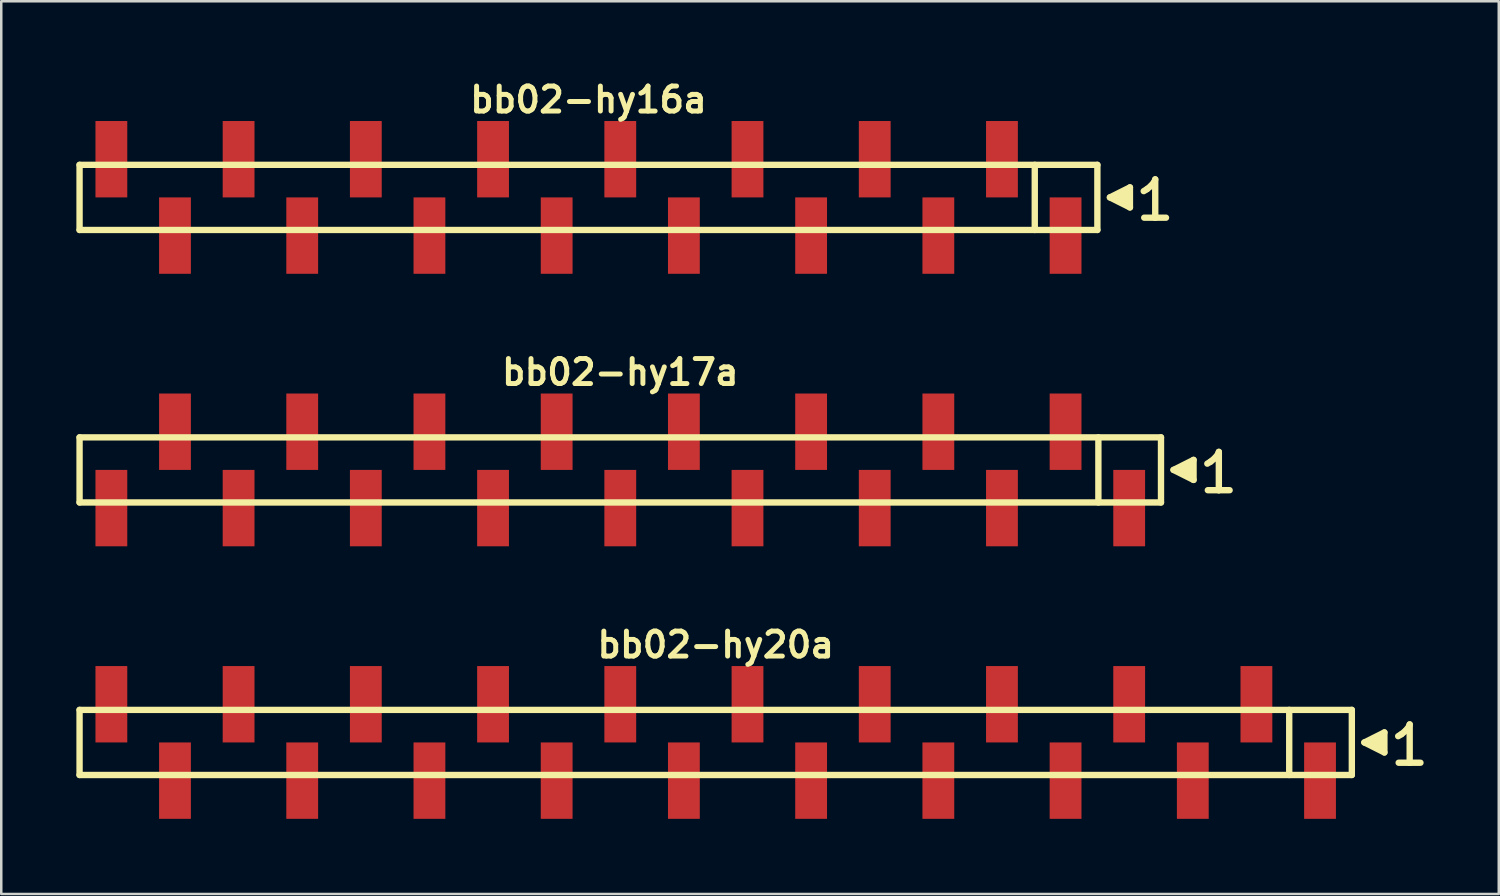
<source format=kicad_pcb>
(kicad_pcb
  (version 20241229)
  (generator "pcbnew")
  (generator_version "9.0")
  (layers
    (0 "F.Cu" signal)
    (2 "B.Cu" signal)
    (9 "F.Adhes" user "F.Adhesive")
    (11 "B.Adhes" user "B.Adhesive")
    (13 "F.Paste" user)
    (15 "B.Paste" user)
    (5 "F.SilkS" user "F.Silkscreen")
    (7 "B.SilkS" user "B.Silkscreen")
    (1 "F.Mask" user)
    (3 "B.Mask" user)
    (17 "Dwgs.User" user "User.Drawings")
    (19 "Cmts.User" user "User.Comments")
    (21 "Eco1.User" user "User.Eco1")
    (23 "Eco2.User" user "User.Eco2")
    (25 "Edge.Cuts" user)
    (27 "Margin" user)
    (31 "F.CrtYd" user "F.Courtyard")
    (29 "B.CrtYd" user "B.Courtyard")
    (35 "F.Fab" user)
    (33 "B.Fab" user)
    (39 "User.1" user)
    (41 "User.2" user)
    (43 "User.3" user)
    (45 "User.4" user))
  (footprint "bb02-hy20a"
    (layer "F.Cu")
    (at 25.527 26.595)
    (property "Reference" "bb02-hy20a" (at 0 -3.9 0) (layer "F.SilkS") (effects (font (size 0.998 0.998) (thickness 0.198))))
    (attr through_hole)
    (fp_line (start -25.4 -1.3) (end 25.4 -1.3) (stroke (width 0.254) (type solid)) (layer "F.SilkS"))
    (fp_line (start -25.4 1.3) (end -25.4 -1.3) (stroke (width 0.254) (type solid)) (layer "F.SilkS"))
    (fp_line (start 22.9 1.3) (end 22.9 -1.3) (stroke (width 0.254) (type solid)) (layer "F.SilkS"))
    (fp_line (start 25.4 -1.3) (end 25.4 1.3) (stroke (width 0.254) (type solid)) (layer "F.SilkS"))
    (fp_line (start 25.4 1.3) (end -25.4 1.3) (stroke (width 0.254) (type solid)) (layer "F.SilkS"))
    (fp_line (start 25.9 0) (end 26.7 0.4) (stroke (width 0.254) (type solid)) (layer "F.SilkS"))
    (fp_line (start 26.2 0.1) (end 26.2 -0.1) (stroke (width 0.254) (type solid)) (layer "F.SilkS"))
    (fp_line (start 26.3 -0.1) (end 26.3 0.1) (stroke (width 0.254) (type solid)) (layer "F.SilkS"))
    (fp_line (start 26.4 0.2) (end 26.4 -0.2) (stroke (width 0.254) (type solid)) (layer "F.SilkS"))
    (fp_line (start 26.5 -0.2) (end 26.5 0.2) (stroke (width 0.254) (type solid)) (layer "F.SilkS"))
    (fp_line (start 26.6 0.3) (end 26.6 -0.3) (stroke (width 0.254) (type solid)) (layer "F.SilkS"))
    (fp_line (start 26.7 -0.4) (end 25.9 0) (stroke (width 0.254) (type solid)) (layer "F.SilkS"))
    (fp_line (start 26.7 0.4) (end 26.7 -0.4) (stroke (width 0.254) (type solid)) (layer "F.SilkS"))
    (fp_line (start 27.25 -0.25) (end 27.38 -0.33) (stroke (width 0.254) (type solid)) (layer "F.SilkS"))
    (fp_line (start 27.38 -0.33) (end 27.54 -0.46) (stroke (width 0.254) (type solid)) (layer "F.SilkS"))
    (fp_line (start 27.54 -0.46) (end 27.68 -0.63) (stroke (width 0.254) (type solid)) (layer "F.SilkS"))
    (fp_line (start 27.68 -0.63) (end 27.71 -0.72) (stroke (width 0.254) (type solid)) (layer "F.SilkS"))
    (fp_line (start 27.71 -0.72) (end 27.71 0.81) (stroke (width 0.254) (type solid)) (layer "F.SilkS"))
    (fp_line (start 27.71 0.81) (end 27.27 0.81) (stroke (width 0.254) (type solid)) (layer "F.SilkS"))
    (fp_line (start 28.14 0.81) (end 27.7 0.81) (stroke (width 0.254) (type solid)) (layer "F.SilkS"))
    (pad "1" smd rect (at 24.13 1.525) (size 1.27 3.05) (layers "F.Cu" "F.Mask" "F.Paste"))
    (pad "2" smd rect (at 21.59 -1.525) (size 1.27 3.05) (layers "F.Cu" "F.Mask" "F.Paste"))
    (pad "3" smd rect (at 19.05 1.525) (size 1.27 3.05) (layers "F.Cu" "F.Mask" "F.Paste"))
    (pad "4" smd rect (at 16.51 -1.525) (size 1.27 3.05) (layers "F.Cu" "F.Mask" "F.Paste"))
    (pad "5" smd rect (at 13.97 1.525) (size 1.27 3.05) (layers "F.Cu" "F.Mask" "F.Paste"))
    (pad "6" smd rect (at 11.43 -1.525) (size 1.27 3.05) (layers "F.Cu" "F.Mask" "F.Paste"))
    (pad "7" smd rect (at 8.89 1.525) (size 1.27 3.05) (layers "F.Cu" "F.Mask" "F.Paste"))
    (pad "8" smd rect (at 6.35 -1.525) (size 1.27 3.05) (layers "F.Cu" "F.Mask" "F.Paste"))
    (pad "9" smd rect (at 3.81 1.525) (size 1.27 3.05) (layers "F.Cu" "F.Mask" "F.Paste"))
    (pad "10" smd rect (at 1.27 -1.525) (size 1.27 3.05) (layers "F.Cu" "F.Mask" "F.Paste"))
    (pad "11" smd rect (at -1.27 1.525) (size 1.27 3.05) (layers "F.Cu" "F.Mask" "F.Paste"))
    (pad "12" smd rect (at -3.81 -1.525) (size 1.27 3.05) (layers "F.Cu" "F.Mask" "F.Paste"))
    (pad "13" smd rect (at -6.35 1.525) (size 1.27 3.05) (layers "F.Cu" "F.Mask" "F.Paste"))
    (pad "14" smd rect (at -8.89 -1.525) (size 1.27 3.05) (layers "F.Cu" "F.Mask" "F.Paste"))
    (pad "15" smd rect (at -11.43 1.525) (size 1.27 3.05) (layers "F.Cu" "F.Mask" "F.Paste"))
    (pad "16" smd rect (at -13.97 -1.525) (size 1.27 3.05) (layers "F.Cu" "F.Mask" "F.Paste"))
    (pad "17" smd rect (at -16.51 1.525) (size 1.27 3.05) (layers "F.Cu" "F.Mask" "F.Paste"))
    (pad "18" smd rect (at -19.05 -1.525) (size 1.27 3.05) (layers "F.Cu" "F.Mask" "F.Paste"))
    (pad "19" smd rect (at -21.59 1.525) (size 1.27 3.05) (layers "F.Cu" "F.Mask" "F.Paste"))
    (pad "20" smd rect (at -24.13 -1.525) (size 1.27 3.05) (layers "F.Cu" "F.Mask" "F.Paste")))
  (footprint "bb02-hy16a"
    (layer "F.Cu")
    (at 20.447 4.832)
    (property "Reference" "bb02-hy16a" (at 0 -3.9 0) (layer "F.SilkS") (effects (font (size 0.998 0.998) (thickness 0.198))))
    (attr through_hole)
    (fp_line (start -20.32 -1.3) (end 20.32 -1.3) (stroke (width 0.254) (type solid)) (layer "F.SilkS"))
    (fp_line (start -20.32 1.3) (end -20.32 -1.3) (stroke (width 0.254) (type solid)) (layer "F.SilkS"))
    (fp_line (start 17.82 1.3) (end 17.82 -1.3) (stroke (width 0.254) (type solid)) (layer "F.SilkS"))
    (fp_line (start 20.32 -1.3) (end 20.32 1.3) (stroke (width 0.254) (type solid)) (layer "F.SilkS"))
    (fp_line (start 20.32 1.3) (end -20.32 1.3) (stroke (width 0.254) (type solid)) (layer "F.SilkS"))
    (fp_line (start 20.82 0) (end 21.62 0.4) (stroke (width 0.254) (type solid)) (layer "F.SilkS"))
    (fp_line (start 21.12 0.1) (end 21.12 -0.1) (stroke (width 0.254) (type solid)) (layer "F.SilkS"))
    (fp_line (start 21.22 -0.1) (end 21.22 0.1) (stroke (width 0.254) (type solid)) (layer "F.SilkS"))
    (fp_line (start 21.32 0.2) (end 21.32 -0.2) (stroke (width 0.254) (type solid)) (layer "F.SilkS"))
    (fp_line (start 21.42 -0.2) (end 21.42 0.2) (stroke (width 0.254) (type solid)) (layer "F.SilkS"))
    (fp_line (start 21.52 0.3) (end 21.52 -0.3) (stroke (width 0.254) (type solid)) (layer "F.SilkS"))
    (fp_line (start 21.62 -0.4) (end 20.82 0) (stroke (width 0.254) (type solid)) (layer "F.SilkS"))
    (fp_line (start 21.62 0.4) (end 21.62 -0.4) (stroke (width 0.254) (type solid)) (layer "F.SilkS"))
    (fp_line (start 22.17 -0.25) (end 22.3 -0.33) (stroke (width 0.254) (type solid)) (layer "F.SilkS"))
    (fp_line (start 22.3 -0.33) (end 22.46 -0.46) (stroke (width 0.254) (type solid)) (layer "F.SilkS"))
    (fp_line (start 22.46 -0.46) (end 22.6 -0.63) (stroke (width 0.254) (type solid)) (layer "F.SilkS"))
    (fp_line (start 22.6 -0.63) (end 22.63 -0.72) (stroke (width 0.254) (type solid)) (layer "F.SilkS"))
    (fp_line (start 22.63 -0.72) (end 22.63 0.81) (stroke (width 0.254) (type solid)) (layer "F.SilkS"))
    (fp_line (start 22.63 0.81) (end 22.19 0.81) (stroke (width 0.254) (type solid)) (layer "F.SilkS"))
    (fp_line (start 23.06 0.81) (end 22.62 0.81) (stroke (width 0.254) (type solid)) (layer "F.SilkS"))
    (pad "1" smd rect (at 19.05 1.525) (size 1.27 3.05) (layers "F.Cu" "F.Mask" "F.Paste"))
    (pad "2" smd rect (at 16.51 -1.525) (size 1.27 3.05) (layers "F.Cu" "F.Mask" "F.Paste"))
    (pad "3" smd rect (at 13.97 1.525) (size 1.27 3.05) (layers "F.Cu" "F.Mask" "F.Paste"))
    (pad "4" smd rect (at 11.43 -1.525) (size 1.27 3.05) (layers "F.Cu" "F.Mask" "F.Paste"))
    (pad "5" smd rect (at 8.89 1.525) (size 1.27 3.05) (layers "F.Cu" "F.Mask" "F.Paste"))
    (pad "6" smd rect (at 6.35 -1.525) (size 1.27 3.05) (layers "F.Cu" "F.Mask" "F.Paste"))
    (pad "7" smd rect (at 3.81 1.525) (size 1.27 3.05) (layers "F.Cu" "F.Mask" "F.Paste"))
    (pad "8" smd rect (at 1.27 -1.525) (size 1.27 3.05) (layers "F.Cu" "F.Mask" "F.Paste"))
    (pad "9" smd rect (at -1.27 1.525) (size 1.27 3.05) (layers "F.Cu" "F.Mask" "F.Paste"))
    (pad "10" smd rect (at -3.81 -1.525) (size 1.27 3.05) (layers "F.Cu" "F.Mask" "F.Paste"))
    (pad "11" smd rect (at -6.35 1.525) (size 1.27 3.05) (layers "F.Cu" "F.Mask" "F.Paste"))
    (pad "12" smd rect (at -8.89 -1.525) (size 1.27 3.05) (layers "F.Cu" "F.Mask" "F.Paste"))
    (pad "13" smd rect (at -11.43 1.525) (size 1.27 3.05) (layers "F.Cu" "F.Mask" "F.Paste"))
    (pad "14" smd rect (at -13.97 -1.525) (size 1.27 3.05) (layers "F.Cu" "F.Mask" "F.Paste"))
    (pad "15" smd rect (at -16.51 1.525) (size 1.27 3.05) (layers "F.Cu" "F.Mask" "F.Paste"))
    (pad "16" smd rect (at -19.05 -1.525) (size 1.27 3.05) (layers "F.Cu" "F.Mask" "F.Paste")))
  (footprint "bb02-hy17a"
    (layer "F.Cu")
    (at 21.717 15.713)
    (property "Reference" "bb02-hy17a" (at 0 -3.9 0) (layer "F.SilkS") (effects (font (size 0.998 0.998) (thickness 0.198))))
    (attr through_hole)
    (fp_line (start -21.59 -1.3) (end 21.59 -1.3) (stroke (width 0.254) (type solid)) (layer "F.SilkS"))
    (fp_line (start -21.59 1.3) (end -21.59 -1.3) (stroke (width 0.254) (type solid)) (layer "F.SilkS"))
    (fp_line (start 19.09 1.3) (end 19.09 -1.3) (stroke (width 0.254) (type solid)) (layer "F.SilkS"))
    (fp_line (start 21.59 -1.3) (end 21.59 1.3) (stroke (width 0.254) (type solid)) (layer "F.SilkS"))
    (fp_line (start 21.59 1.3) (end -21.59 1.3) (stroke (width 0.254) (type solid)) (layer "F.SilkS"))
    (fp_line (start 22.09 0) (end 22.89 0.4) (stroke (width 0.254) (type solid)) (layer "F.SilkS"))
    (fp_line (start 22.39 0.1) (end 22.39 -0.1) (stroke (width 0.254) (type solid)) (layer "F.SilkS"))
    (fp_line (start 22.49 -0.1) (end 22.49 0.1) (stroke (width 0.254) (type solid)) (layer "F.SilkS"))
    (fp_line (start 22.59 0.2) (end 22.59 -0.2) (stroke (width 0.254) (type solid)) (layer "F.SilkS"))
    (fp_line (start 22.69 -0.2) (end 22.69 0.2) (stroke (width 0.254) (type solid)) (layer "F.SilkS"))
    (fp_line (start 22.79 0.3) (end 22.79 -0.3) (stroke (width 0.254) (type solid)) (layer "F.SilkS"))
    (fp_line (start 22.89 -0.4) (end 22.09 0) (stroke (width 0.254) (type solid)) (layer "F.SilkS"))
    (fp_line (start 22.89 0.4) (end 22.89 -0.4) (stroke (width 0.254) (type solid)) (layer "F.SilkS"))
    (fp_line (start 23.44 -0.25) (end 23.57 -0.33) (stroke (width 0.254) (type solid)) (layer "F.SilkS"))
    (fp_line (start 23.57 -0.33) (end 23.73 -0.46) (stroke (width 0.254) (type solid)) (layer "F.SilkS"))
    (fp_line (start 23.73 -0.46) (end 23.87 -0.63) (stroke (width 0.254) (type solid)) (layer "F.SilkS"))
    (fp_line (start 23.87 -0.63) (end 23.9 -0.72) (stroke (width 0.254) (type solid)) (layer "F.SilkS"))
    (fp_line (start 23.9 -0.72) (end 23.9 0.81) (stroke (width 0.254) (type solid)) (layer "F.SilkS"))
    (fp_line (start 23.9 0.81) (end 23.46 0.81) (stroke (width 0.254) (type solid)) (layer "F.SilkS"))
    (fp_line (start 24.33 0.81) (end 23.89 0.81) (stroke (width 0.254) (type solid)) (layer "F.SilkS"))
    (pad "1" smd rect (at 20.32 1.525) (size 1.27 3.05) (layers "F.Cu" "F.Mask" "F.Paste"))
    (pad "2" smd rect (at 17.78 -1.525) (size 1.27 3.05) (layers "F.Cu" "F.Mask" "F.Paste"))
    (pad "3" smd rect (at 15.24 1.525) (size 1.27 3.05) (layers "F.Cu" "F.Mask" "F.Paste"))
    (pad "4" smd rect (at 12.7 -1.525) (size 1.27 3.05) (layers "F.Cu" "F.Mask" "F.Paste"))
    (pad "5" smd rect (at 10.16 1.525) (size 1.27 3.05) (layers "F.Cu" "F.Mask" "F.Paste"))
    (pad "6" smd rect (at 7.62 -1.525) (size 1.27 3.05) (layers "F.Cu" "F.Mask" "F.Paste"))
    (pad "7" smd rect (at 5.08 1.525) (size 1.27 3.05) (layers "F.Cu" "F.Mask" "F.Paste"))
    (pad "8" smd rect (at 2.54 -1.525) (size 1.27 3.05) (layers "F.Cu" "F.Mask" "F.Paste"))
    (pad "9" smd rect (at 0 1.525) (size 1.27 3.05) (layers "F.Cu" "F.Mask" "F.Paste"))
    (pad "10" smd rect (at -2.54 -1.525) (size 1.27 3.05) (layers "F.Cu" "F.Mask" "F.Paste"))
    (pad "11" smd rect (at -5.08 1.525) (size 1.27 3.05) (layers "F.Cu" "F.Mask" "F.Paste"))
    (pad "12" smd rect (at -7.62 -1.525) (size 1.27 3.05) (layers "F.Cu" "F.Mask" "F.Paste"))
    (pad "13" smd rect (at -10.16 1.525) (size 1.27 3.05) (layers "F.Cu" "F.Mask" "F.Paste"))
    (pad "14" smd rect (at -12.7 -1.525) (size 1.27 3.05) (layers "F.Cu" "F.Mask" "F.Paste"))
    (pad "15" smd rect (at -15.24 1.525) (size 1.27 3.05) (layers "F.Cu" "F.Mask" "F.Paste"))
    (pad "16" smd rect (at -17.78 -1.525) (size 1.27 3.05) (layers "F.Cu" "F.Mask" "F.Paste"))
    (pad "17" smd rect (at -20.32 1.525) (size 1.27 3.05) (layers "F.Cu" "F.Mask" "F.Paste")))
  (gr_rect
    (start -3 -3)
    (end 56.794 32.645)
    (stroke (width 0.1) (type default))
    (fill no)
    (layer "Edge.Cuts")))
</source>
